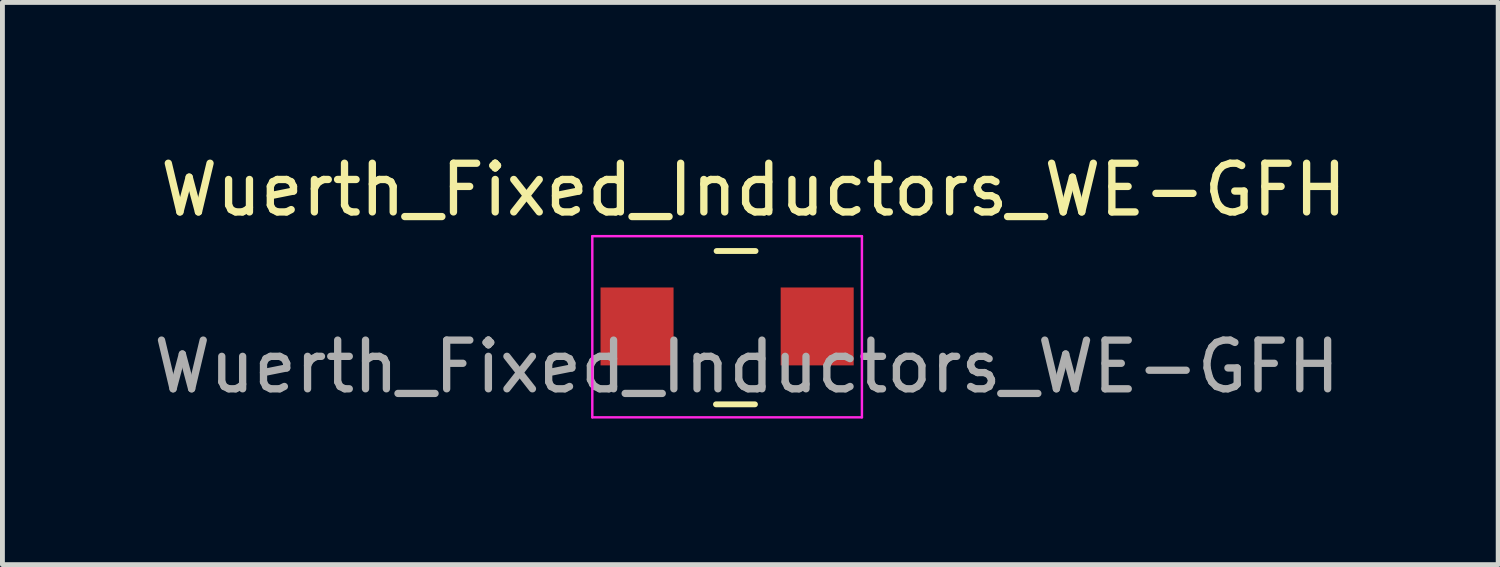
<source format=kicad_pcb>
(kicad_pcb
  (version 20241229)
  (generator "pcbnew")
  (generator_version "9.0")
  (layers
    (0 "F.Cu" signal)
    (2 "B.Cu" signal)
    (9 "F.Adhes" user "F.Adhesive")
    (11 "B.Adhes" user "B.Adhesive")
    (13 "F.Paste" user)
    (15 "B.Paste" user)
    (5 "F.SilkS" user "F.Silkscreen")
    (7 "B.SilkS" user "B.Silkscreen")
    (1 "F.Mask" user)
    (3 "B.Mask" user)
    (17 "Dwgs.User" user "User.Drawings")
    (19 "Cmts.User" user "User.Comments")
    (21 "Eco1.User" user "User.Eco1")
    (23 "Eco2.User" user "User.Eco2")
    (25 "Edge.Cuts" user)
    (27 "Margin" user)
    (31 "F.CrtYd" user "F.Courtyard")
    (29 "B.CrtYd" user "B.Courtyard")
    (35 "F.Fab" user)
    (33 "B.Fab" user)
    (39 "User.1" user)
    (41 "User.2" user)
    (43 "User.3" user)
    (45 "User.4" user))
  (footprint "Wuerth_Fixed_Inductors_WE-GFH"
    (layer "F.Cu")
    (at 11.885 3.655)
    (property "Reference" "Wuerth_Fixed_Inductors_WE-GFH" (at 0.546 -2.807 0) (layer "F.SilkS") (effects (font (size 1 1) (thickness 0.15))))
    (attr smd)
    (fp_line (start -0.229 1.6) (end 0.572 1.6) (stroke (width 0.12) (type solid)) (layer "F.SilkS"))
    (fp_line (start -0.216 -1.549) (end 0.584 -1.549) (stroke (width 0.12) (type solid)) (layer "F.SilkS"))
    (fp_line (start -2.769 -1.854) (end 2.769 -1.854) (stroke (width 0.05) (type solid)) (layer "F.CrtYd"))
    (fp_line (start -2.769 1.867) (end -2.769 -1.854) (stroke (width 0.05) (type solid)) (layer "F.CrtYd"))
    (fp_line (start 2.769 -1.854) (end 2.769 1.867) (stroke (width 0.05) (type solid)) (layer "F.CrtYd"))
    (fp_line (start 2.769 1.867) (end -2.769 1.867) (stroke (width 0.05) (type solid)) (layer "F.CrtYd"))
    (fp_text user "${REFERENCE}" (at 0.406 0.826 0) (layer "F.Fab") (effects (font (size 1 1) (thickness 0.15))))
    (pad "1" smd rect (at -1.85 0) (size 1.5 1.6) (layers "F.Cu" "F.Mask" "F.Paste"))
    (pad "2" smd rect (at 1.85 0) (size 1.5 1.6) (layers "F.Cu" "F.Mask" "F.Paste")))
  (gr_rect
    (start -3 -3)
    (end 27.723 8.547)
    (stroke (width 0.1) (type default))
    (fill no)
    (layer "Edge.Cuts")))
</source>
